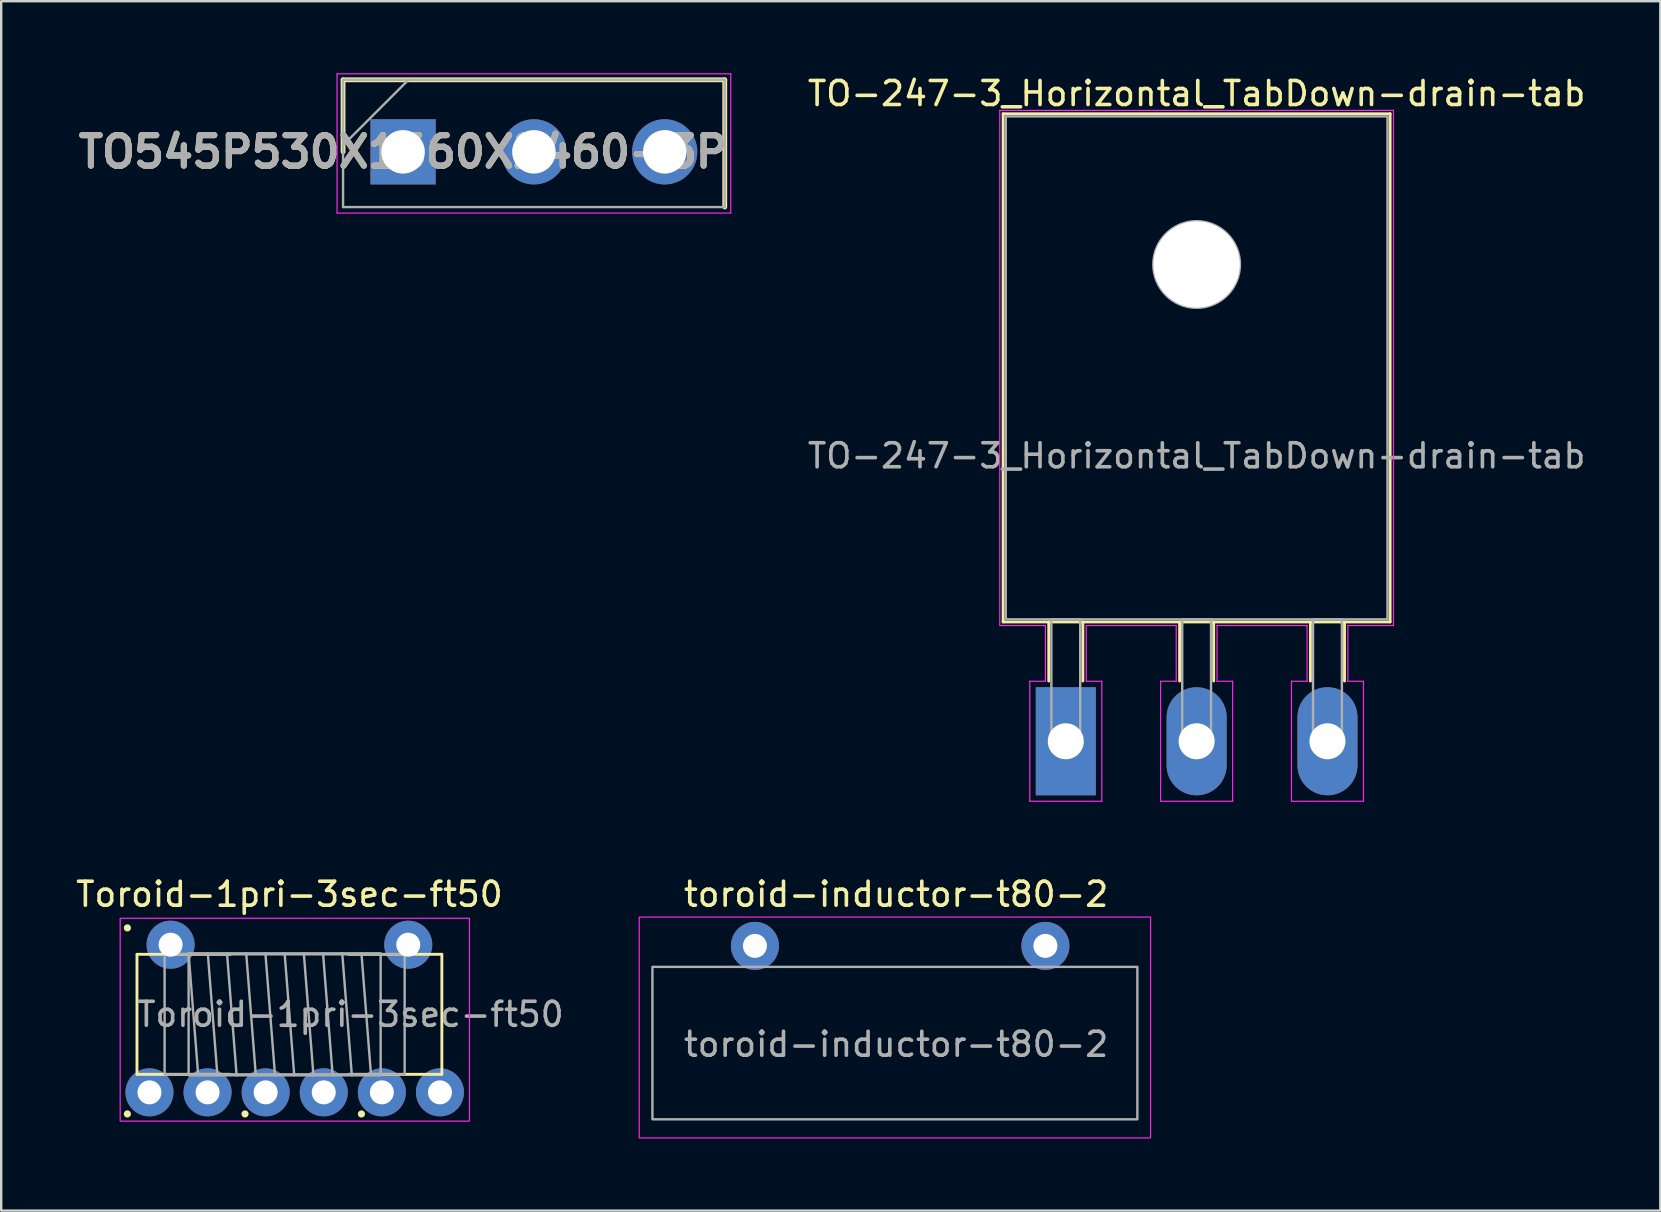
<source format=kicad_pcb>
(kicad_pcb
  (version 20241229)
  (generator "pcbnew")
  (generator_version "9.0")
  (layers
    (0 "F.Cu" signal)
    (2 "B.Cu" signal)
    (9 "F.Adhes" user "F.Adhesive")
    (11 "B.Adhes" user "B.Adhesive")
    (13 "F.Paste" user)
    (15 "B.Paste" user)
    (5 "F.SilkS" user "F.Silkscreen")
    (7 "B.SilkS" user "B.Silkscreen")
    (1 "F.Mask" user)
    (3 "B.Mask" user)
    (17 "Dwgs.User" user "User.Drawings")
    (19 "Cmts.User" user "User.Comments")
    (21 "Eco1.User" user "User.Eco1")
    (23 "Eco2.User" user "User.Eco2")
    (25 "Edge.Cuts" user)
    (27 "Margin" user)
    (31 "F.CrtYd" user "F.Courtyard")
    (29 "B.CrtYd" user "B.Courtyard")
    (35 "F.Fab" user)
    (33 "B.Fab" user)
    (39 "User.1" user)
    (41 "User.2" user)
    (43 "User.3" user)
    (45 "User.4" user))
  (footprint "Toroid-1pri-3sec-ft50"
    (layer "F.Cu")
    (at 9.006 39.202)
    (property "Reference" "Toroid-1pri-3sec-ft50" (at 0 -5 0) (layer "F.SilkS") (effects (font (size 1 1) (thickness 0.15))))
    (attr through_hole)
    (fp_line (start -6.35 -2.5) (end -6.35 2.5) (stroke (width 0.12) (type solid)) (layer "F.SilkS"))
    (fp_line (start -6.341 -2.5) (end -2.458 -2.5) (stroke (width 0.12) (type solid)) (layer "F.SilkS"))
    (fp_line (start -2.458 2.5) (end -6.341 2.5) (stroke (width 0.12) (type solid)) (layer "F.SilkS"))
    (fp_line (start 2.458 -2.5) (end 6.341 -2.5) (stroke (width 0.12) (type solid)) (layer "F.SilkS"))
    (fp_line (start 6.341 2.5) (end 2.458 2.5) (stroke (width 0.12) (type solid)) (layer "F.SilkS"))
    (fp_line (start 6.35 -2.5) (end 6.35 2.5) (stroke (width 0.12) (type solid)) (layer "F.SilkS"))
    (fp_circle (center -6.75 -3.6) (end -6.65 -3.6) (stroke (width 0.1) (type solid)) (fill yes) (layer "F.SilkS"))
    (fp_circle (center -6.75 4.15) (end -6.65 4.15) (stroke (width 0.1) (type solid)) (fill yes) (layer "F.SilkS"))
    (fp_circle (center -1.85 4.15) (end -1.75 4.15) (stroke (width 0.1) (type solid)) (fill yes) (layer "F.SilkS"))
    (fp_circle (center 3 4.15) (end 3.1 4.15) (stroke (width 0.1) (type solid)) (fill yes) (layer "F.SilkS"))
    (fp_rect (start -7.05 -4) (end 7.5 4.45) (stroke (width 0.05) (type solid)) (fill no) (layer "F.CrtYd"))
    (fp_line (start -4.2 -2.54) (end -3.8 2.54) (stroke (width 0.1) (type solid)) (layer "F.Fab"))
    (fp_line (start -3.4 -2.54) (end -3 2.54) (stroke (width 0.1) (type solid)) (layer "F.Fab"))
    (fp_line (start -2.6 -2.54) (end -2.2 2.54) (stroke (width 0.1) (type solid)) (layer "F.Fab"))
    (fp_line (start -1.8 -2.54) (end -1.4 2.54) (stroke (width 0.1) (type solid)) (layer "F.Fab"))
    (fp_line (start -1 -2.54) (end -0.6 2.54) (stroke (width 0.1) (type solid)) (layer "F.Fab"))
    (fp_line (start -0.2 -2.54) (end 0.2 2.54) (stroke (width 0.1) (type solid)) (layer "F.Fab"))
    (fp_line (start 0.6 -2.54) (end 1 2.54) (stroke (width 0.1) (type solid)) (layer "F.Fab"))
    (fp_line (start 1.4 -2.54) (end 1.8 2.54) (stroke (width 0.1) (type solid)) (layer "F.Fab"))
    (fp_line (start 2.2 -2.54) (end 2.6 2.54) (stroke (width 0.1) (type solid)) (layer "F.Fab"))
    (fp_line (start 3 -2.54) (end 3.4 2.54) (stroke (width 0.1) (type solid)) (layer "F.Fab"))
    (fp_rect (start -5.2 -2.5) (end 4.8 2.5) (stroke (width 0.1) (type solid)) (fill no) (layer "F.Fab"))
    (fp_rect (start -4.2 -2.54) (end 3.8 2.54) (stroke (width 0.1) (type solid)) (fill no) (layer "F.Fab"))
    (fp_text user "${REFERENCE}" (at 2.54 0 0) (layer "F.Fab") (effects (font (size 1 1) (thickness 0.15))))
    (pad "1" thru_hole circle (at -4.95 -2.9) (size 2 2) (drill 1) (layers "*.Cu" "*.Mask"))
    (pad "2" thru_hole circle (at 4.95 -2.9) (size 2 2) (drill 1) (layers "*.Cu" "*.Mask"))
    (pad "3" thru_hole circle (at -5.83 3.25) (size 2 2) (drill 1) (layers "*.Cu" "*.Mask"))
    (pad "4" thru_hole circle (at -3.41 3.25) (size 2 2) (drill 1) (layers "*.Cu" "*.Mask"))
    (pad "5" thru_hole circle (at -0.99 3.25) (size 2 2) (drill 1) (layers "*.Cu" "*.Mask"))
    (pad "6" thru_hole circle (at 1.43 3.25) (size 2 2) (drill 1) (layers "*.Cu" "*.Mask"))
    (pad "7" thru_hole circle (at 3.85 3.25) (size 2 2) (drill 1) (layers "*.Cu" "*.Mask"))
    (pad "8" thru_hole circle (at 6.27 3.25) (size 2 2) (drill 1) (layers "*.Cu" "*.Mask")))
  (footprint "toroid-inductor-t80-2"
    (layer "F.Cu")
    (at 34.227 40.401)
    (property "Reference" "toroid-inductor-t80-2" (at 0.05 -6.2 0) (layer "F.SilkS") (effects (font (size 1 1) (thickness 0.15))))
    (attr through_hole)
    (fp_rect (start -10.65 -5.25) (end 10.65 3.95) (stroke (width 0.05) (type solid)) (fill no) (layer "F.CrtYd"))
    (fp_rect (start -10.1 -3.175) (end 10.1 3.175) (stroke (width 0.1) (type solid)) (fill no) (layer "F.Fab"))
    (fp_text user "${REFERENCE}" (at 0.05 0.05 0) (layer "F.Fab") (effects (font (size 1 1) (thickness 0.15))))
    (pad "1" thru_hole circle (at -5.83 -4.05) (size 2 2) (drill 1) (layers "*.Cu" "*.Mask"))
    (pad "2" thru_hole circle (at 6.27 -4.05) (size 2 2) (drill 1) (layers "*.Cu" "*.Mask")))
  (footprint "TO-247-3_Horizontal_TabDown-drain-tab"
    (layer "F.Cu")
    (at 41.346 27.828)
    (property "Reference" "TO-247-3_Horizontal_TabDown-drain-tab" (at 5.45 -26.98 0) (layer "F.SilkS") (effects (font (size 1 1) (thickness 0.15))))
    (attr through_hole)
    (fp_line (start -2.61 -26.14) (end 13.51 -26.14) (stroke (width 0.12) (type solid)) (layer "F.SilkS"))
    (fp_line (start -2.61 -4.97) (end -2.61 -26.14) (stroke (width 0.12) (type solid)) (layer "F.SilkS"))
    (fp_line (start -2.61 -4.97) (end 13.51 -4.97) (stroke (width 0.12) (type solid)) (layer "F.SilkS"))
    (fp_line (start -0.71 -4.97) (end -0.71 -2.51) (stroke (width 0.12) (type solid)) (layer "F.SilkS"))
    (fp_line (start 0.71 -4.97) (end 0.71 -2.51) (stroke (width 0.12) (type solid)) (layer "F.SilkS"))
    (fp_line (start 4.74 -4.97) (end 4.74 -2.51) (stroke (width 0.12) (type solid)) (layer "F.SilkS"))
    (fp_line (start 6.16 -4.97) (end 6.16 -2.51) (stroke (width 0.12) (type solid)) (layer "F.SilkS"))
    (fp_line (start 10.19 -4.97) (end 10.19 -2.51) (stroke (width 0.12) (type solid)) (layer "F.SilkS"))
    (fp_line (start 11.61 -4.97) (end 11.61 -2.51) (stroke (width 0.12) (type solid)) (layer "F.SilkS"))
    (fp_line (start 13.51 -4.97) (end 13.51 -26.14) (stroke (width 0.12) (type solid)) (layer "F.SilkS"))
    (fp_line (start -2.75 -26.28) (end 13.65 -26.28) (stroke (width 0.05) (type solid)) (layer "F.CrtYd"))
    (fp_line (start -2.75 -4.82) (end -2.75 -26.28) (stroke (width 0.05) (type solid)) (layer "F.CrtYd"))
    (fp_line (start -1.5 -2.5) (end -0.85 -2.5) (stroke (width 0.05) (type solid)) (layer "F.CrtYd"))
    (fp_line (start -1.5 2.5) (end -1.5 -2.5) (stroke (width 0.05) (type solid)) (layer "F.CrtYd"))
    (fp_line (start -0.85 -4.82) (end -2.75 -4.82) (stroke (width 0.05) (type solid)) (layer "F.CrtYd"))
    (fp_line (start -0.85 -2.5) (end -0.85 -4.82) (stroke (width 0.05) (type solid)) (layer "F.CrtYd"))
    (fp_line (start 0.85 -4.82) (end 0.85 -2.5) (stroke (width 0.05) (type solid)) (layer "F.CrtYd"))
    (fp_line (start 0.85 -2.5) (end 1.5 -2.5) (stroke (width 0.05) (type solid)) (layer "F.CrtYd"))
    (fp_line (start 1.5 -2.5) (end 1.5 2.5) (stroke (width 0.05) (type solid)) (layer "F.CrtYd"))
    (fp_line (start 1.5 2.5) (end -1.5 2.5) (stroke (width 0.05) (type solid)) (layer "F.CrtYd"))
    (fp_line (start 3.95 -2.5) (end 4.6 -2.5) (stroke (width 0.05) (type solid)) (layer "F.CrtYd"))
    (fp_line (start 3.95 2.5) (end 3.95 -2.5) (stroke (width 0.05) (type solid)) (layer "F.CrtYd"))
    (fp_line (start 4.6 -4.82) (end 0.85 -4.82) (stroke (width 0.05) (type solid)) (layer "F.CrtYd"))
    (fp_line (start 4.6 -2.5) (end 4.6 -4.82) (stroke (width 0.05) (type solid)) (layer "F.CrtYd"))
    (fp_line (start 6.3 -4.82) (end 6.3 -2.5) (stroke (width 0.05) (type solid)) (layer "F.CrtYd"))
    (fp_line (start 6.3 -2.5) (end 6.95 -2.5) (stroke (width 0.05) (type solid)) (layer "F.CrtYd"))
    (fp_line (start 6.95 -2.5) (end 6.95 2.5) (stroke (width 0.05) (type solid)) (layer "F.CrtYd"))
    (fp_line (start 6.95 2.5) (end 3.95 2.5) (stroke (width 0.05) (type solid)) (layer "F.CrtYd"))
    (fp_line (start 9.4 -2.5) (end 10.05 -2.5) (stroke (width 0.05) (type solid)) (layer "F.CrtYd"))
    (fp_line (start 9.4 2.5) (end 9.4 -2.5) (stroke (width 0.05) (type solid)) (layer "F.CrtYd"))
    (fp_line (start 10.05 -4.82) (end 6.3 -4.82) (stroke (width 0.05) (type solid)) (layer "F.CrtYd"))
    (fp_line (start 10.05 -2.5) (end 10.05 -4.82) (stroke (width 0.05) (type solid)) (layer "F.CrtYd"))
    (fp_line (start 11.75 -4.82) (end 11.75 -2.5) (stroke (width 0.05) (type solid)) (layer "F.CrtYd"))
    (fp_line (start 11.75 -2.5) (end 12.4 -2.5) (stroke (width 0.05) (type solid)) (layer "F.CrtYd"))
    (fp_line (start 12.4 -2.5) (end 12.4 2.5) (stroke (width 0.05) (type solid)) (layer "F.CrtYd"))
    (fp_line (start 12.4 2.5) (end 9.4 2.5) (stroke (width 0.05) (type solid)) (layer "F.CrtYd"))
    (fp_line (start 13.65 -26.28) (end 13.65 -4.82) (stroke (width 0.05) (type solid)) (layer "F.CrtYd"))
    (fp_line (start 13.65 -4.82) (end 11.75 -4.82) (stroke (width 0.05) (type solid)) (layer "F.CrtYd"))
    (fp_rect (start -2.5 -26.03) (end 13.4 -5.08) (stroke (width 0.1) (type solid)) (fill no) (layer "F.Fab"))
    (fp_rect (start -0.6 -5.08) (end 0.6 0) (stroke (width 0.1) (type solid)) (fill no) (layer "F.Fab"))
    (fp_rect (start 4.85 -5.08) (end 6.05 0) (stroke (width 0.1) (type solid)) (fill no) (layer "F.Fab"))
    (fp_rect (start 10.3 -5.08) (end 11.5 0) (stroke (width 0.1) (type solid)) (fill no) (layer "F.Fab"))
    (fp_circle (center 5.45 -19.86) (end 7.255 -19.86) (stroke (width 0.1) (type solid)) (fill no) (layer "F.Fab"))
    (fp_text user "${REFERENCE}" (at 5.45 -11.89 0) (layer "F.Fab") (effects (font (size 1 1) (thickness 0.15))))
    (pad "" np_thru_hole circle (at 5.45 -19.86) (size 3.6 3.6) (drill 3.6) (layers "*.Cu" "*.Mask"))
    (pad "1" thru_hole rect (at 0 0) (size 2.5 4.5) (drill 1.5) (layers "*.Cu" "*.Mask"))
    (pad "2" thru_hole oval (at 5.45 0) (size 2.5 4.5) (drill 1.5) (layers "*.Cu" "*.Mask"))
    (pad "3" thru_hole oval (at 10.9 0) (size 2.5 4.5) (drill 1.5) (layers "*.Cu" "*.Mask")))
  (footprint "TO545P530X1560X2460-3P"
    (layer "F.Cu")
    (at 13.74 3.275)
    (property "Reference" "TO545P530X1560X2460-3P" (at 0 0 0) (layer "F.SilkS") (effects (font (size 1.27 1.27) (thickness 0.254))))
    (attr through_hole)
    (fp_line (start -2.5 -3) (end -2.5 0) (stroke (width 0.2) (type solid)) (layer "F.SilkS"))
    (fp_line (start 13.4 -3) (end -2.5 -3) (stroke (width 0.2) (type solid)) (layer "F.SilkS"))
    (fp_line (start 13.4 2.3) (end 13.4 -3) (stroke (width 0.2) (type solid)) (layer "F.SilkS"))
    (fp_line (start -2.75 -3.25) (end 13.65 -3.25) (stroke (width 0.05) (type solid)) (layer "F.CrtYd"))
    (fp_line (start -2.75 2.55) (end -2.75 -3.25) (stroke (width 0.05) (type solid)) (layer "F.CrtYd"))
    (fp_line (start 13.65 -3.25) (end 13.65 2.55) (stroke (width 0.05) (type solid)) (layer "F.CrtYd"))
    (fp_line (start 13.65 2.55) (end -2.75 2.55) (stroke (width 0.05) (type solid)) (layer "F.CrtYd"))
    (fp_line (start -2.5 -3) (end 13.4 -3) (stroke (width 0.1) (type solid)) (layer "F.Fab"))
    (fp_line (start -2.5 -0.275) (end 0.225 -3) (stroke (width 0.1) (type solid)) (layer "F.Fab"))
    (fp_line (start -2.5 2.3) (end -2.5 -3) (stroke (width 0.1) (type solid)) (layer "F.Fab"))
    (fp_line (start 13.4 -3) (end 13.4 2.3) (stroke (width 0.1) (type solid)) (layer "F.Fab"))
    (fp_line (start 13.4 2.3) (end -2.5 2.3) (stroke (width 0.1) (type solid)) (layer "F.Fab"))
    (fp_text user "${REFERENCE}" (at 0 0 0) (layer "F.Fab") (effects (font (size 1.27 1.27) (thickness 0.254))))
    (pad "1" thru_hole rect (at 0 0) (size 2.715 2.715) (drill 1.81) (layers "*.Cu" "*.Mask"))
    (pad "2" thru_hole circle (at 5.45 0) (size 2.715 2.715) (drill 1.81) (layers "*.Cu" "*.Mask"))
    (pad "3" thru_hole circle (at 10.9 0) (size 2.715 2.715) (drill 1.81) (layers "*.Cu" "*.Mask")))
  (gr_rect
    (start -3 -3)
    (end 66.111 47.377)
    (stroke (width 0.1) (type default))
    (fill no)
    (layer "Edge.Cuts")))
</source>
